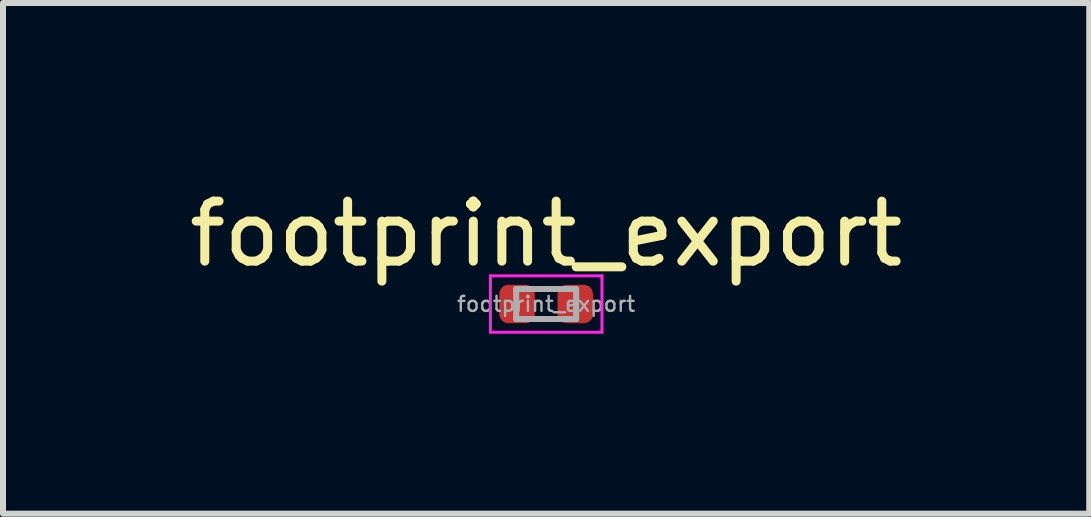
<source format=kicad_pcb>
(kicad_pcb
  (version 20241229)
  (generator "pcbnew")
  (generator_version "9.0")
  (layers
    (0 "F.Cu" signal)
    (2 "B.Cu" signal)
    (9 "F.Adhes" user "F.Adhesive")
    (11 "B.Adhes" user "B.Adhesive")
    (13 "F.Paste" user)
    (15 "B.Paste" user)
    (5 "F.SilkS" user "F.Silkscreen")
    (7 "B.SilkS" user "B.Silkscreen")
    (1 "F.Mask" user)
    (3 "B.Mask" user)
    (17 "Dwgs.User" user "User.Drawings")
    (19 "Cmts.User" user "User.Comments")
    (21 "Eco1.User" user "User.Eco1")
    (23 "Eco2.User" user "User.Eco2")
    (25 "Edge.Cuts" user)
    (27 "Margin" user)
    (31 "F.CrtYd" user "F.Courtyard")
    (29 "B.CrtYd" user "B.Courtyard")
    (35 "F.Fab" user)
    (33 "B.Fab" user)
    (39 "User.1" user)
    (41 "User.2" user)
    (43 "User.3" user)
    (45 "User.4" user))
  (footprint "footprint_export"
    (layer "F.Cu")
    (at 6.054 2.018)
    (property "Reference" "footprint_export" (at 0 -1.17 0) (layer "F.SilkS") (effects (font (size 1 1) (thickness 0.15))))
    (attr smd)
    (fp_line (start -0.93 -0.47) (end 0.93 -0.47) (stroke (width 0.05) (type solid)) (layer "F.CrtYd"))
    (fp_line (start -0.93 0.47) (end -0.93 -0.47) (stroke (width 0.05) (type solid)) (layer "F.CrtYd"))
    (fp_line (start 0.93 -0.47) (end 0.93 0.47) (stroke (width 0.05) (type solid)) (layer "F.CrtYd"))
    (fp_line (start 0.93 0.47) (end -0.93 0.47) (stroke (width 0.05) (type solid)) (layer "F.CrtYd"))
    (fp_line (start -0.5 -0.25) (end 0.5 -0.25) (stroke (width 0.1) (type solid)) (layer "F.Fab"))
    (fp_line (start -0.5 0.25) (end -0.5 -0.25) (stroke (width 0.1) (type solid)) (layer "F.Fab"))
    (fp_line (start 0.5 -0.25) (end 0.5 0.25) (stroke (width 0.1) (type solid)) (layer "F.Fab"))
    (fp_line (start 0.5 0.25) (end -0.5 0.25) (stroke (width 0.1) (type solid)) (layer "F.Fab"))
    (fp_text user "${REFERENCE}" (at 0 0 0) (layer "F.Fab") (effects (font (size 0.25 0.25) (thickness 0.04))))
    (pad "1" smd roundrect (at -0.485 0) (size 0.59 0.64) (layers "F.Cu" "F.Mask" "F.Paste") (roundrect_rratio 0.25))
    (pad "2" smd roundrect (at 0.485 0) (size 0.59 0.64) (layers "F.Cu" "F.Mask" "F.Paste") (roundrect_rratio 0.25)))
  (gr_rect
    (start -3 -3)
    (end 15.107 5.513)
    (stroke (width 0.1) (type default))
    (fill no)
    (layer "Edge.Cuts")))
</source>
